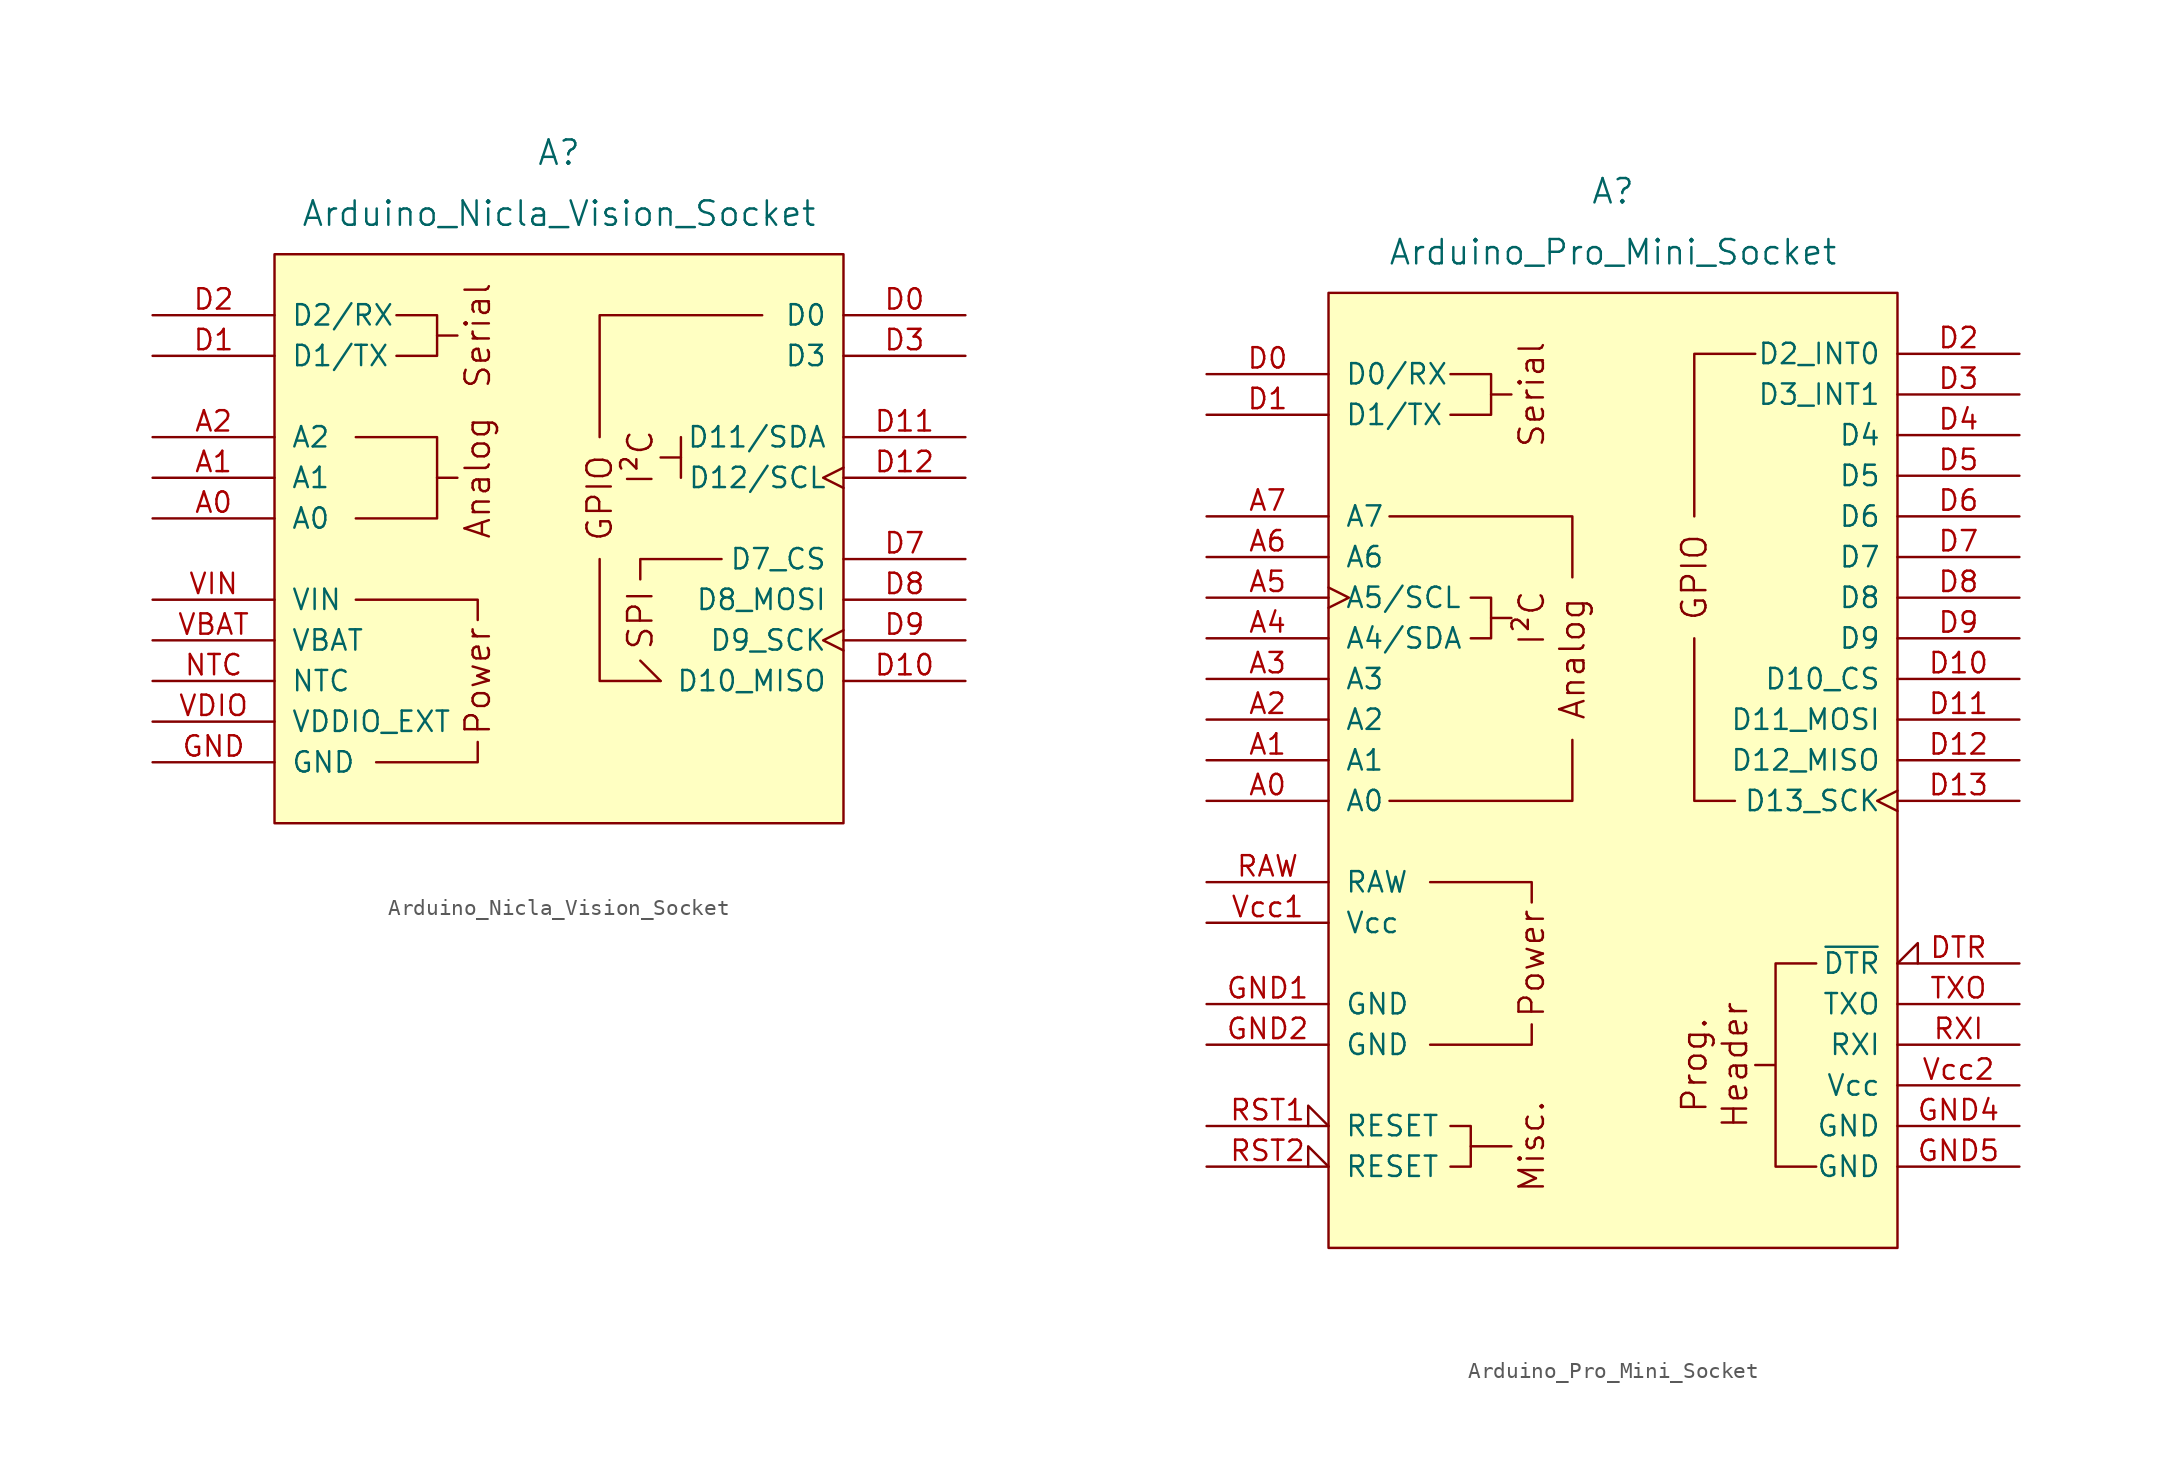
<source format=kicad_sym>
(kicad_symbol_lib
  (version 20211014)
  (generator kicad_symbol_editor)
  (symbol "Arduino_Nicla_Vision_Socket"
    (pin_names
      (offset 1.016))
    (property "Reference" "A"
      (at 0 33.02 0)
      (effects (font (size 1.524 1.524))))
    (property "Value" "Arduino_Nicla_Vision_Socket"
      (at 0 29.21 0)
      (effects (font (size 1.524 1.524))))
    (symbol "Arduino_Nicla_Vision_Socket_0_0"
      (rectangle (start -17.78 26.67) (end 17.78 -8.89) (stroke (width 0) (type default) (color 0 0 0 0)) (fill (type background)))
      (polyline (pts (xy -7.62 12.7) (xy -6.35 12.7)) (stroke (width 0) (type default) (color 0 0 0 0)) (fill (type none)))
      (polyline (pts (xy -7.62 21.59) (xy -6.35 21.59)) (stroke (width 0) (type default) (color 0 0 0 0)) (fill (type none)))
      (polyline (pts (xy 7.62 13.97) (xy 6.35 13.97)) (stroke (width 0) (type default) (color 0 0 0 0)) (fill (type none)))
      (polyline (pts (xy -11.43 -5.08) (xy -5.08 -5.08) (xy -5.08 -3.81)) (stroke (width 0) (type default) (color 0 0 0 0)) (fill (type none)))
      (polyline (pts (xy -5.08 3.81) (xy -5.08 5.08) (xy -12.7 5.08)) (stroke (width 0) (type default) (color 0 0 0 0)) (fill (type none)))
      (polyline (pts (xy -10.16 22.86) (xy -7.62 22.86) (xy -7.62 20.32) (xy -10.16 20.32)) (stroke (width 0) (type default) (color 0 0 0 0)) (fill (type none)))
      (polyline (pts (xy 5.08 6.35) (xy 5.08 6.35) (xy 5.08 7.62) (xy 10.16 7.62)) (stroke (width 0) (type default) (color 0 0 0 0)) (fill (type none)))
      (polyline (pts (xy 6.35 0) (xy 6.35 0) (xy 6.35 0) (xy 5.08 1.27)) (stroke (width 0) (type default) (color 0 0 0 0)) (fill (type none)))
      (polyline (pts (xy 7.62 12.7) (xy 7.62 12.7) (xy 7.62 15.24) (xy 7.62 15.24)) (stroke (width 0) (type default) (color 0 0 0 0)) (fill (type none)))
      (text "Analog" (at -5.08 12.7 900) (effects (font (size 1.524 1.524))))
      (text "I²C" (at 5.08 13.97 900) (effects (font (size 1.524 1.524))))
      (text "Power" (at -5.08 0 900) (effects (font (size 1.524 1.524))))
      (text "Serial" (at -5.08 21.59 900) (effects (font (size 1.524 1.524)))))
    (symbol "Arduino_Nicla_Vision_Socket_0_1"
      (polyline (pts (xy -12.7 10.16) (xy -7.62 10.16) (xy -7.62 12.7)) (stroke (width 0) (type default) (color 0 0 0 0)) (fill (type none)))
      (polyline (pts (xy -12.7 15.24) (xy -7.62 15.24) (xy -7.62 12.7)) (stroke (width 0) (type default) (color 0 0 0 0)) (fill (type none)))
      (polyline (pts (xy 6.35 0) (xy 2.54 0) (xy 2.54 7.62)) (stroke (width 0) (type default) (color 0 0 0 0)) (fill (type none)))
      (polyline (pts (xy 12.7 22.86) (xy 2.54 22.86) (xy 2.54 15.24)) (stroke (width 0) (type default) (color 0 0 0 0)) (fill (type none))))
    (symbol "Arduino_Nicla_Vision_Socket_1_0"
      (text "GPIO" (at 2.54 11.43 900) (effects (font (size 1.524 1.524))))
      (text "SPI" (at 5.08 3.81 900) (effects (font (size 1.524 1.524)))))
    (symbol "Arduino_Nicla_Vision_Socket_1_1"
      (pin bidirectional line (at -25.4 10.16 0) (length 7.62) (name "A0" (effects (font (size 1.27 1.27)))) (number "A0" (effects (font (size 1.27 1.27)))))
      (pin bidirectional line (at -25.4 12.7 0) (length 7.62) (name "A1" (effects (font (size 1.27 1.27)))) (number "A1" (effects (font (size 1.27 1.27)))))
      (pin bidirectional line (at -25.4 15.24 0) (length 7.62) (name "A2" (effects (font (size 1.27 1.27)))) (number "A2" (effects (font (size 1.27 1.27)))))
      (pin bidirectional line (at 25.4 22.86 180) (length 7.62) (name "D0" (effects (font (size 1.27 1.27)))) (number "D0" (effects (font (size 1.27 1.27)))))
      (pin bidirectional line (at -25.4 20.32 0) (length 7.62) (name "D1/TX" (effects (font (size 1.27 1.27)))) (number "D1" (effects (font (size 1.27 1.27)))))
      (pin bidirectional line (at 25.4 0 180) (length 7.62) (name "D10_MISO" (effects (font (size 1.27 1.27)))) (number "D10" (effects (font (size 1.27 1.27)))))
      (pin bidirectional line (at 25.4 15.24 180) (length 7.62) (name "D11/SDA" (effects (font (size 1.27 1.27)))) (number "D11" (effects (font (size 1.27 1.27)))))
      (pin bidirectional clock (at 25.4 12.7 180) (length 7.62) (name "D12/SCL" (effects (font (size 1.27 1.27)))) (number "D12" (effects (font (size 1.27 1.27)))))
      (pin bidirectional line (at -25.4 22.86 0) (length 7.62) (name "D2/RX" (effects (font (size 1.27 1.27)))) (number "D2" (effects (font (size 1.27 1.27)))))
      (pin bidirectional line (at 25.4 20.32 180) (length 7.62) (name "D3" (effects (font (size 1.27 1.27)))) (number "D3" (effects (font (size 1.27 1.27)))))
      (pin bidirectional line (at 25.4 7.62 180) (length 7.62) (name "D7_CS" (effects (font (size 1.27 1.27)))) (number "D7" (effects (font (size 1.27 1.27)))))
      (pin bidirectional line (at 25.4 5.08 180) (length 7.62) (name "D8_MOSI" (effects (font (size 1.27 1.27)))) (number "D8" (effects (font (size 1.27 1.27)))))
      (pin bidirectional clock (at 25.4 2.54 180) (length 7.62) (name "D9_SCK" (effects (font (size 1.27 1.27)))) (number "D9" (effects (font (size 1.27 1.27)))))
      (pin power_in line (at -25.4 -5.08 0) (length 7.62) (name "GND" (effects (font (size 1.27 1.27)))) (number "GND" (effects (font (size 1.27 1.27)))))
      (pin input line (at -25.4 0 0) (length 7.62) (name "NTC" (effects (font (size 1.27 1.27)))) (number "NTC" (effects (font (size 1.27 1.27)))))
      (pin power_in line (at -25.4 2.54 0) (length 7.62) (name "VBAT" (effects (font (size 1.27 1.27)))) (number "VBAT" (effects (font (size 1.27 1.27)))))
      (pin power_out line (at -25.4 -2.54 0) (length 7.62) (name "VDDIO_EXT" (effects (font (size 1.27 1.27)))) (number "VDIO" (effects (font (size 1.27 1.27)))))
      (pin power_in line (at -25.4 5.08 0) (length 7.62) (name "VIN" (effects (font (size 1.27 1.27)))) (number "VIN" (effects (font (size 1.27 1.27)))))))
  (symbol "Arduino_Pro_Mini_Socket"
    (pin_names
      (offset 1.016))
    (property "Reference" "A"
      (at 0 36.83 0)
      (effects (font (size 1.524 1.524))))
    (property "Value" "Arduino_Pro_Mini_Socket"
      (at 0 33.02 0)
      (effects (font (size 1.524 1.524))))
    (symbol "Arduino_Pro_Mini_Socket_0_0"
      (rectangle (start -17.78 30.48) (end 17.78 -29.21) (stroke (width 0) (type default) (color 0 0 0 0)) (fill (type background)))
      (polyline (pts (xy -7.62 10.16) (xy -6.35 10.16)) (stroke (width 0) (type default) (color 0 0 0 0)) (fill (type none)))
      (polyline (pts (xy -7.62 24.13) (xy -6.35 24.13)) (stroke (width 0) (type default) (color 0 0 0 0)) (fill (type none)))
      (polyline (pts (xy -6.35 -22.86) (xy -8.89 -22.86)) (stroke (width 0) (type default) (color 0 0 0 0)) (fill (type none)))
      (polyline (pts (xy -11.43 -16.51) (xy -5.08 -16.51) (xy -5.08 -15.24)) (stroke (width 0) (type default) (color 0 0 0 0)) (fill (type none)))
      (polyline (pts (xy -5.08 -7.62) (xy -5.08 -6.35) (xy -11.43 -6.35)) (stroke (width 0) (type default) (color 0 0 0 0)) (fill (type none)))
      (polyline (pts (xy -2.54 2.54) (xy -2.54 -1.27) (xy -13.97 -1.27)) (stroke (width 0) (type default) (color 0 0 0 0)) (fill (type none)))
      (polyline (pts (xy -2.54 12.7) (xy -2.54 16.51) (xy -13.97 16.51)) (stroke (width 0) (type default) (color 0 0 0 0)) (fill (type none)))
      (polyline (pts (xy -10.16 25.4) (xy -7.62 25.4) (xy -7.62 22.86) (xy -10.16 22.86)) (stroke (width 0) (type default) (color 0 0 0 0)) (fill (type none)))
      (polyline (pts (xy -8.89 11.43) (xy -7.62 11.43) (xy -7.62 8.89) (xy -8.89 8.89)) (stroke (width 0) (type default) (color 0 0 0 0)) (fill (type none)))
      (polyline (pts (xy 12.7 -11.43) (xy 10.16 -11.43) (xy 10.16 -16.51) (xy 10.16 -17.78) (xy 8.89 -17.78) (xy 10.16 -17.78) (xy 10.16 -24.13) (xy 12.7 -24.13)) (stroke (width 0) (type default) (color 0 0 0 0)) (fill (type none)))
      (text "Analog" (at -2.54 7.62 900) (effects (font (size 1.524 1.524))))
      (text "Header" (at 7.62 -17.78 900) (effects (font (size 1.524 1.524))))
      (text "I²C" (at -5.08 10.16 900) (effects (font (size 1.524 1.524))))
      (text "Misc." (at -5.08 -22.86 900) (effects (font (size 1.524 1.524))))
      (text "Power" (at -5.08 -11.43 900) (effects (font (size 1.524 1.524))))
      (text "Prog." (at 5.08 -17.78 900) (effects (font (size 1.524 1.524))))
      (text "Serial" (at -5.08 24.13 900) (effects (font (size 1.524 1.524)))))
    (symbol "Arduino_Pro_Mini_Socket_0_1"
      (polyline (pts (xy 7.62 -1.27) (xy 5.08 -1.27) (xy 5.08 8.89)) (stroke (width 0) (type default) (color 0 0 0 0)) (fill (type none)))
      (polyline (pts (xy 8.89 26.67) (xy 5.08 26.67) (xy 5.08 16.51)) (stroke (width 0) (type default) (color 0 0 0 0)) (fill (type none)))
      (polyline (pts (xy -10.16 -24.13) (xy -8.89 -24.13) (xy -8.89 -21.59) (xy -10.16 -21.59)) (stroke (width 0) (type default) (color 0 0 0 0)) (fill (type none))))
    (symbol "Arduino_Pro_Mini_Socket_1_0"
      (text "GPIO" (at 5.08 12.7 900) (effects (font (size 1.524 1.524)))))
    (symbol "Arduino_Pro_Mini_Socket_1_1"
      (pin bidirectional line (at -25.4 -1.27 0) (length 7.62) (name "A0" (effects (font (size 1.27 1.27)))) (number "A0" (effects (font (size 1.27 1.27)))))
      (pin bidirectional line (at -25.4 1.27 0) (length 7.62) (name "A1" (effects (font (size 1.27 1.27)))) (number "A1" (effects (font (size 1.27 1.27)))))
      (pin bidirectional line (at -25.4 3.81 0) (length 7.62) (name "A2" (effects (font (size 1.27 1.27)))) (number "A2" (effects (font (size 1.27 1.27)))))
      (pin bidirectional line (at -25.4 6.35 0) (length 7.62) (name "A3" (effects (font (size 1.27 1.27)))) (number "A3" (effects (font (size 1.27 1.27)))))
      (pin bidirectional line (at -25.4 8.89 0) (length 7.62) (name "A4/SDA" (effects (font (size 1.27 1.27)))) (number "A4" (effects (font (size 1.27 1.27)))))
      (pin bidirectional clock (at -25.4 11.43 0) (length 7.62) (name "A5/SCL" (effects (font (size 1.27 1.27)))) (number "A5" (effects (font (size 1.27 1.27)))))
      (pin input line (at -25.4 13.97 0) (length 7.62) (name "A6" (effects (font (size 1.27 1.27)))) (number "A6" (effects (font (size 1.27 1.27)))))
      (pin input line (at -25.4 16.51 0) (length 7.62) (name "A7" (effects (font (size 1.27 1.27)))) (number "A7" (effects (font (size 1.27 1.27)))))
      (pin bidirectional line (at -25.4 25.4 0) (length 7.62) (name "D0/RX" (effects (font (size 1.27 1.27)))) (number "D0" (effects (font (size 1.27 1.27)))))
      (pin bidirectional line (at -25.4 22.86 0) (length 7.62) (name "D1/TX" (effects (font (size 1.27 1.27)))) (number "D1" (effects (font (size 1.27 1.27)))))
      (pin bidirectional line (at 25.4 6.35 180) (length 7.62) (name "D10_CS" (effects (font (size 1.27 1.27)))) (number "D10" (effects (font (size 1.27 1.27)))))
      (pin bidirectional line (at 25.4 3.81 180) (length 7.62) (name "D11_MOSI" (effects (font (size 1.27 1.27)))) (number "D11" (effects (font (size 1.27 1.27)))))
      (pin bidirectional line (at 25.4 1.27 180) (length 7.62) (name "D12_MISO" (effects (font (size 1.27 1.27)))) (number "D12" (effects (font (size 1.27 1.27)))))
      (pin bidirectional clock (at 25.4 -1.27 180) (length 7.62) (name "D13_SCK" (effects (font (size 1.27 1.27)))) (number "D13" (effects (font (size 1.27 1.27)))))
      (pin bidirectional line (at 25.4 26.67 180) (length 7.62) (name "D2_INT0" (effects (font (size 1.27 1.27)))) (number "D2" (effects (font (size 1.27 1.27)))))
      (pin bidirectional line (at 25.4 24.13 180) (length 7.62) (name "D3_INT1" (effects (font (size 1.27 1.27)))) (number "D3" (effects (font (size 1.27 1.27)))))
      (pin bidirectional line (at 25.4 21.59 180) (length 7.62) (name "D4" (effects (font (size 1.27 1.27)))) (number "D4" (effects (font (size 1.27 1.27)))))
      (pin bidirectional line (at 25.4 19.05 180) (length 7.62) (name "D5" (effects (font (size 1.27 1.27)))) (number "D5" (effects (font (size 1.27 1.27)))))
      (pin bidirectional line (at 25.4 16.51 180) (length 7.62) (name "D6" (effects (font (size 1.27 1.27)))) (number "D6" (effects (font (size 1.27 1.27)))))
      (pin bidirectional line (at 25.4 13.97 180) (length 7.62) (name "D7" (effects (font (size 1.27 1.27)))) (number "D7" (effects (font (size 1.27 1.27)))))
      (pin bidirectional line (at 25.4 11.43 180) (length 7.62) (name "D8" (effects (font (size 1.27 1.27)))) (number "D8" (effects (font (size 1.27 1.27)))))
      (pin bidirectional line (at 25.4 8.89 180) (length 7.62) (name "D9" (effects (font (size 1.27 1.27)))) (number "D9" (effects (font (size 1.27 1.27)))))
      (pin input input_low (at 25.4 -11.43 180) (length 7.62) (name "~{DTR}" (effects (font (size 1.27 1.27)))) (number "DTR" (effects (font (size 1.27 1.27)))))
      (pin power_in line (at -25.4 -13.97 0) (length 7.62) (name "GND" (effects (font (size 1.27 1.27)))) (number "GND1" (effects (font (size 1.27 1.27)))))
      (pin power_in line (at -25.4 -16.51 0) (length 7.62) (name "GND" (effects (font (size 1.27 1.27)))) (number "GND2" (effects (font (size 1.27 1.27)))))
      (pin power_in line (at 25.4 -21.59 180) (length 7.62) (name "GND" (effects (font (size 1.27 1.27)))) (number "GND4" (effects (font (size 1.27 1.27)))))
      (pin power_in line (at 25.4 -24.13 180) (length 7.62) (name "GND" (effects (font (size 1.27 1.27)))) (number "GND5" (effects (font (size 1.27 1.27)))))
      (pin power_in line (at -25.4 -6.35 0) (length 7.62) (name "RAW" (effects (font (size 1.27 1.27)))) (number "RAW" (effects (font (size 1.27 1.27)))))
      (pin open_collector input_low (at -25.4 -21.59 0) (length 7.62) (name "RESET" (effects (font (size 1.27 1.27)))) (number "RST1" (effects (font (size 1.27 1.27)))))
      (pin open_collector input_low (at -25.4 -24.13 0) (length 7.62) (name "RESET" (effects (font (size 1.27 1.27)))) (number "RST2" (effects (font (size 1.27 1.27)))))
      (pin input line (at 25.4 -16.51 180) (length 7.62) (name "RXI" (effects (font (size 1.27 1.27)))) (number "RXI" (effects (font (size 1.27 1.27)))))
      (pin output line (at 25.4 -13.97 180) (length 7.62) (name "TXO" (effects (font (size 1.27 1.27)))) (number "TXO" (effects (font (size 1.27 1.27)))))
      (pin power_in line (at -25.4 -8.89 0) (length 7.62) (name "Vcc" (effects (font (size 1.27 1.27)))) (number "Vcc1" (effects (font (size 1.27 1.27)))))
      (pin power_in line (at 25.4 -19.05 180) (length 7.62) (name "Vcc" (effects (font (size 1.27 1.27)))) (number "Vcc2" (effects (font (size 1.27 1.27))))))))
</source>
